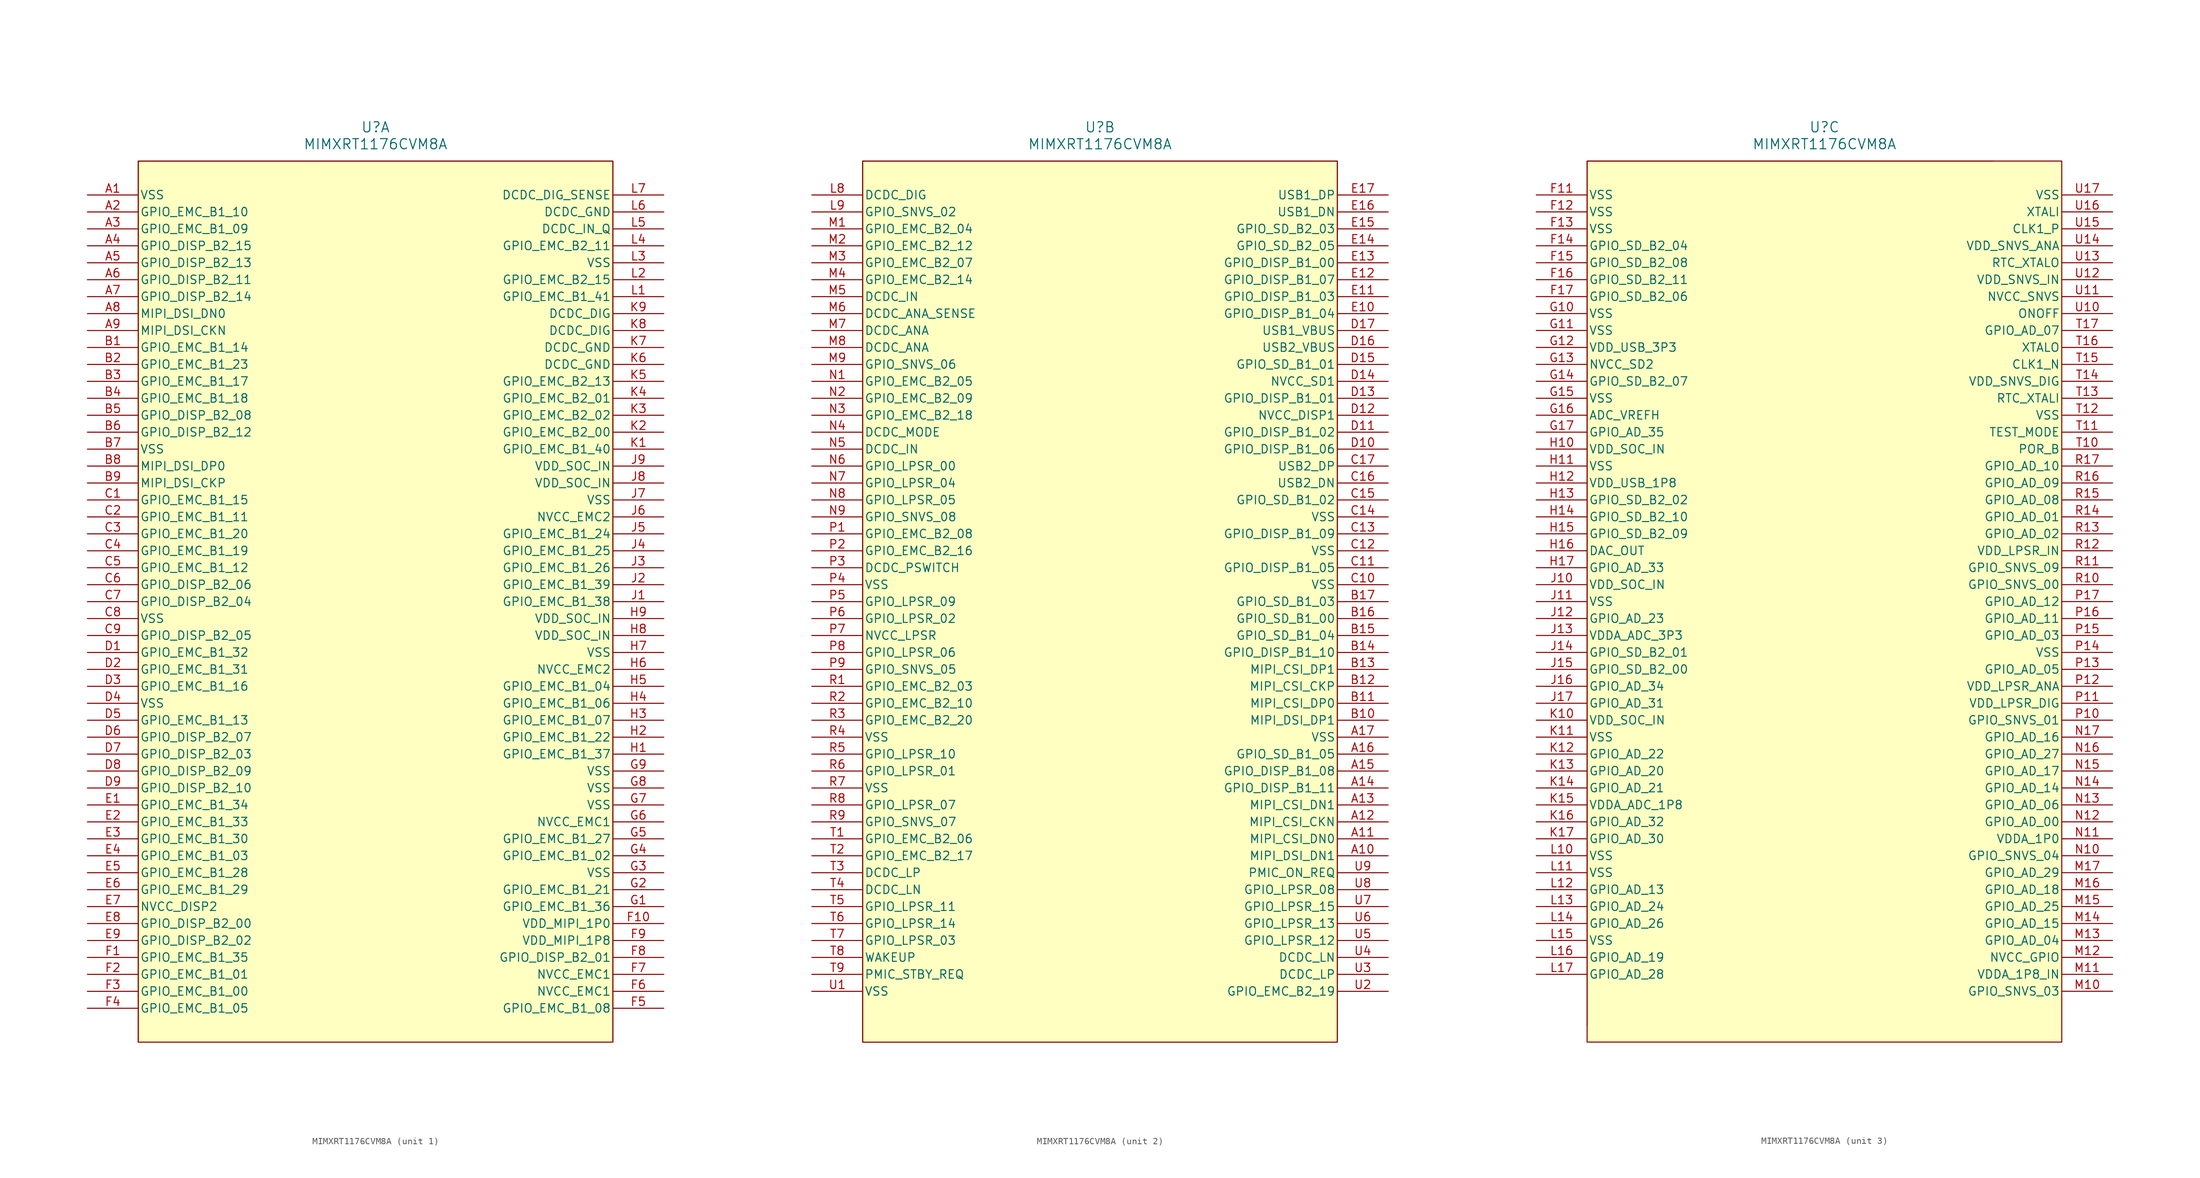
<source format=kicad_sym>
(kicad_symbol_lib
  (version 20231120)
  (generator "kicad_symbol_editor")
  (generator_version "8.0")
  (symbol "MIMXRT1176CVM8A"
    (pin_names
      (offset 0.254))
    (property "Reference" "U"
      (at 43.18 10.16 0)
      (effects (font (size 1.524 1.524))))
    (property "Value" "MIMXRT1176CVM8A"
      (at 43.18 7.62 0)
      (effects (font (size 1.524 1.524))))
    (property "ki_locked" ""
      (at 0 0 0)
      (effects (font (size 1.27 1.27))))
    (symbol "MIMXRT1176CVM8A_0_1"
      (rectangle (start 7.62 5.08) (end 78.74 -127) (stroke (width 0) (type default)) (fill (type background))))
    (symbol "MIMXRT1176CVM8A_1_1"
      (polyline (pts (xy 7.62 5.08) (xy 7.62 -127)) (stroke (width 0.127) (type default)) (fill (type none)))
      (polyline (pts (xy 78.74 -127) (xy 78.74 5.08)) (stroke (width 0.127) (type default)) (fill (type none)))
      (polyline (pts (xy 78.74 5.08) (xy 7.62 5.08)) (stroke (width 0.127) (type default)) (fill (type none)))
      (pin power_in line (at 0 0 0) (length 7.62) (name "VSS" (effects (font (size 1.27 1.27)))) (number "A1" (effects (font (size 1.27 1.27)))))
      (pin input line (at 0 -2.54 0) (length 7.62) (name "GPIO_EMC_B1_10" (effects (font (size 1.27 1.27)))) (number "A2" (effects (font (size 1.27 1.27)))))
      (pin input line (at 0 -5.08 0) (length 7.62) (name "GPIO_EMC_B1_09" (effects (font (size 1.27 1.27)))) (number "A3" (effects (font (size 1.27 1.27)))))
      (pin input line (at 0 -7.62 0) (length 7.62) (name "GPIO_DISP_B2_15" (effects (font (size 1.27 1.27)))) (number "A4" (effects (font (size 1.27 1.27)))))
      (pin input line (at 0 -10.16 0) (length 7.62) (name "GPIO_DISP_B2_13" (effects (font (size 1.27 1.27)))) (number "A5" (effects (font (size 1.27 1.27)))))
      (pin input line (at 0 -12.7 0) (length 7.62) (name "GPIO_DISP_B2_11" (effects (font (size 1.27 1.27)))) (number "A6" (effects (font (size 1.27 1.27)))))
      (pin input line (at 0 -15.24 0) (length 7.62) (name "GPIO_DISP_B2_14" (effects (font (size 1.27 1.27)))) (number "A7" (effects (font (size 1.27 1.27)))))
      (pin unspecified line (at 0 -17.78 0) (length 7.62) (name "MIPI_DSI_DN0" (effects (font (size 1.27 1.27)))) (number "A8" (effects (font (size 1.27 1.27)))))
      (pin unspecified line (at 0 -20.32 0) (length 7.62) (name "MIPI_DSI_CKN" (effects (font (size 1.27 1.27)))) (number "A9" (effects (font (size 1.27 1.27)))))
      (pin input line (at 0 -22.86 0) (length 7.62) (name "GPIO_EMC_B1_14" (effects (font (size 1.27 1.27)))) (number "B1" (effects (font (size 1.27 1.27)))))
      (pin input line (at 0 -25.4 0) (length 7.62) (name "GPIO_EMC_B1_23" (effects (font (size 1.27 1.27)))) (number "B2" (effects (font (size 1.27 1.27)))))
      (pin input line (at 0 -27.94 0) (length 7.62) (name "GPIO_EMC_B1_17" (effects (font (size 1.27 1.27)))) (number "B3" (effects (font (size 1.27 1.27)))))
      (pin input line (at 0 -30.48 0) (length 7.62) (name "GPIO_EMC_B1_18" (effects (font (size 1.27 1.27)))) (number "B4" (effects (font (size 1.27 1.27)))))
      (pin input line (at 0 -33.02 0) (length 7.62) (name "GPIO_DISP_B2_08" (effects (font (size 1.27 1.27)))) (number "B5" (effects (font (size 1.27 1.27)))))
      (pin input line (at 0 -35.56 0) (length 7.62) (name "GPIO_DISP_B2_12" (effects (font (size 1.27 1.27)))) (number "B6" (effects (font (size 1.27 1.27)))))
      (pin power_in line (at 0 -38.1 0) (length 7.62) (name "VSS" (effects (font (size 1.27 1.27)))) (number "B7" (effects (font (size 1.27 1.27)))))
      (pin unspecified line (at 0 -40.64 0) (length 7.62) (name "MIPI_DSI_DP0" (effects (font (size 1.27 1.27)))) (number "B8" (effects (font (size 1.27 1.27)))))
      (pin unspecified line (at 0 -43.18 0) (length 7.62) (name "MIPI_DSI_CKP" (effects (font (size 1.27 1.27)))) (number "B9" (effects (font (size 1.27 1.27)))))
      (pin input line (at 0 -45.72 0) (length 7.62) (name "GPIO_EMC_B1_15" (effects (font (size 1.27 1.27)))) (number "C1" (effects (font (size 1.27 1.27)))))
      (pin input line (at 0 -48.26 0) (length 7.62) (name "GPIO_EMC_B1_11" (effects (font (size 1.27 1.27)))) (number "C2" (effects (font (size 1.27 1.27)))))
      (pin input line (at 0 -50.8 0) (length 7.62) (name "GPIO_EMC_B1_20" (effects (font (size 1.27 1.27)))) (number "C3" (effects (font (size 1.27 1.27)))))
      (pin input line (at 0 -53.34 0) (length 7.62) (name "GPIO_EMC_B1_19" (effects (font (size 1.27 1.27)))) (number "C4" (effects (font (size 1.27 1.27)))))
      (pin input line (at 0 -55.88 0) (length 7.62) (name "GPIO_EMC_B1_12" (effects (font (size 1.27 1.27)))) (number "C5" (effects (font (size 1.27 1.27)))))
      (pin input line (at 0 -58.42 0) (length 7.62) (name "GPIO_DISP_B2_06" (effects (font (size 1.27 1.27)))) (number "C6" (effects (font (size 1.27 1.27)))))
      (pin input line (at 0 -60.96 0) (length 7.62) (name "GPIO_DISP_B2_04" (effects (font (size 1.27 1.27)))) (number "C7" (effects (font (size 1.27 1.27)))))
      (pin power_in line (at 0 -63.5 0) (length 7.62) (name "VSS" (effects (font (size 1.27 1.27)))) (number "C8" (effects (font (size 1.27 1.27)))))
      (pin input line (at 0 -66.04 0) (length 7.62) (name "GPIO_DISP_B2_05" (effects (font (size 1.27 1.27)))) (number "C9" (effects (font (size 1.27 1.27)))))
      (pin input line (at 0 -68.58 0) (length 7.62) (name "GPIO_EMC_B1_32" (effects (font (size 1.27 1.27)))) (number "D1" (effects (font (size 1.27 1.27)))))
      (pin input line (at 0 -71.12 0) (length 7.62) (name "GPIO_EMC_B1_31" (effects (font (size 1.27 1.27)))) (number "D2" (effects (font (size 1.27 1.27)))))
      (pin input line (at 0 -73.66 0) (length 7.62) (name "GPIO_EMC_B1_16" (effects (font (size 1.27 1.27)))) (number "D3" (effects (font (size 1.27 1.27)))))
      (pin power_in line (at 0 -76.2 0) (length 7.62) (name "VSS" (effects (font (size 1.27 1.27)))) (number "D4" (effects (font (size 1.27 1.27)))))
      (pin input line (at 0 -78.74 0) (length 7.62) (name "GPIO_EMC_B1_13" (effects (font (size 1.27 1.27)))) (number "D5" (effects (font (size 1.27 1.27)))))
      (pin input line (at 0 -81.28 0) (length 7.62) (name "GPIO_DISP_B2_07" (effects (font (size 1.27 1.27)))) (number "D6" (effects (font (size 1.27 1.27)))))
      (pin input line (at 0 -83.82 0) (length 7.62) (name "GPIO_DISP_B2_03" (effects (font (size 1.27 1.27)))) (number "D7" (effects (font (size 1.27 1.27)))))
      (pin input line (at 0 -86.36 0) (length 7.62) (name "GPIO_DISP_B2_09" (effects (font (size 1.27 1.27)))) (number "D8" (effects (font (size 1.27 1.27)))))
      (pin input line (at 0 -88.9 0) (length 7.62) (name "GPIO_DISP_B2_10" (effects (font (size 1.27 1.27)))) (number "D9" (effects (font (size 1.27 1.27)))))
      (pin input line (at 0 -91.44 0) (length 7.62) (name "GPIO_EMC_B1_34" (effects (font (size 1.27 1.27)))) (number "E1" (effects (font (size 1.27 1.27)))))
      (pin input line (at 0 -93.98 0) (length 7.62) (name "GPIO_EMC_B1_33" (effects (font (size 1.27 1.27)))) (number "E2" (effects (font (size 1.27 1.27)))))
      (pin input line (at 0 -96.52 0) (length 7.62) (name "GPIO_EMC_B1_30" (effects (font (size 1.27 1.27)))) (number "E3" (effects (font (size 1.27 1.27)))))
      (pin input line (at 0 -99.06 0) (length 7.62) (name "GPIO_EMC_B1_03" (effects (font (size 1.27 1.27)))) (number "E4" (effects (font (size 1.27 1.27)))))
      (pin input line (at 0 -101.6 0) (length 7.62) (name "GPIO_EMC_B1_28" (effects (font (size 1.27 1.27)))) (number "E5" (effects (font (size 1.27 1.27)))))
      (pin input line (at 0 -104.14 0) (length 7.62) (name "GPIO_EMC_B1_29" (effects (font (size 1.27 1.27)))) (number "E6" (effects (font (size 1.27 1.27)))))
      (pin unspecified line (at 0 -106.68 0) (length 7.62) (name "NVCC_DISP2" (effects (font (size 1.27 1.27)))) (number "E7" (effects (font (size 1.27 1.27)))))
      (pin input line (at 0 -109.22 0) (length 7.62) (name "GPIO_DISP_B2_00" (effects (font (size 1.27 1.27)))) (number "E8" (effects (font (size 1.27 1.27)))))
      (pin input line (at 0 -111.76 0) (length 7.62) (name "GPIO_DISP_B2_02" (effects (font (size 1.27 1.27)))) (number "E9" (effects (font (size 1.27 1.27)))))
      (pin input line (at 0 -114.3 0) (length 7.62) (name "GPIO_EMC_B1_35" (effects (font (size 1.27 1.27)))) (number "F1" (effects (font (size 1.27 1.27)))))
      (pin power_in line (at 86.36 -109.22 180) (length 7.62) (name "VDD_MIPI_1P0" (effects (font (size 1.27 1.27)))) (number "F10" (effects (font (size 1.27 1.27)))))
      (pin input line (at 0 -116.84 0) (length 7.62) (name "GPIO_EMC_B1_01" (effects (font (size 1.27 1.27)))) (number "F2" (effects (font (size 1.27 1.27)))))
      (pin input line (at 0 -119.38 0) (length 7.62) (name "GPIO_EMC_B1_00" (effects (font (size 1.27 1.27)))) (number "F3" (effects (font (size 1.27 1.27)))))
      (pin input line (at 0 -121.92 0) (length 7.62) (name "GPIO_EMC_B1_05" (effects (font (size 1.27 1.27)))) (number "F4" (effects (font (size 1.27 1.27)))))
      (pin input line (at 86.36 -121.92 180) (length 7.62) (name "GPIO_EMC_B1_08" (effects (font (size 1.27 1.27)))) (number "F5" (effects (font (size 1.27 1.27)))))
      (pin unspecified line (at 86.36 -119.38 180) (length 7.62) (name "NVCC_EMC1" (effects (font (size 1.27 1.27)))) (number "F6" (effects (font (size 1.27 1.27)))))
      (pin power_in line (at 86.36 -116.84 180) (length 7.62) (name "NVCC_EMC1" (effects (font (size 1.27 1.27)))) (number "F7" (effects (font (size 1.27 1.27)))))
      (pin input line (at 86.36 -114.3 180) (length 7.62) (name "GPIO_DISP_B2_01" (effects (font (size 1.27 1.27)))) (number "F8" (effects (font (size 1.27 1.27)))))
      (pin power_in line (at 86.36 -111.76 180) (length 7.62) (name "VDD_MIPI_1P8" (effects (font (size 1.27 1.27)))) (number "F9" (effects (font (size 1.27 1.27)))))
      (pin input line (at 86.36 -106.68 180) (length 7.62) (name "GPIO_EMC_B1_36" (effects (font (size 1.27 1.27)))) (number "G1" (effects (font (size 1.27 1.27)))))
      (pin input line (at 86.36 -104.14 180) (length 7.62) (name "GPIO_EMC_B1_21" (effects (font (size 1.27 1.27)))) (number "G2" (effects (font (size 1.27 1.27)))))
      (pin power_in line (at 86.36 -101.6 180) (length 7.62) (name "VSS" (effects (font (size 1.27 1.27)))) (number "G3" (effects (font (size 1.27 1.27)))))
      (pin input line (at 86.36 -99.06 180) (length 7.62) (name "GPIO_EMC_B1_02" (effects (font (size 1.27 1.27)))) (number "G4" (effects (font (size 1.27 1.27)))))
      (pin input line (at 86.36 -96.52 180) (length 7.62) (name "GPIO_EMC_B1_27" (effects (font (size 1.27 1.27)))) (number "G5" (effects (font (size 1.27 1.27)))))
      (pin power_in line (at 86.36 -93.98 180) (length 7.62) (name "NVCC_EMC1" (effects (font (size 1.27 1.27)))) (number "G6" (effects (font (size 1.27 1.27)))))
      (pin power_in line (at 86.36 -91.44 180) (length 7.62) (name "VSS" (effects (font (size 1.27 1.27)))) (number "G7" (effects (font (size 1.27 1.27)))))
      (pin power_in line (at 86.36 -88.9 180) (length 7.62) (name "VSS" (effects (font (size 1.27 1.27)))) (number "G8" (effects (font (size 1.27 1.27)))))
      (pin power_in line (at 86.36 -86.36 180) (length 7.62) (name "VSS" (effects (font (size 1.27 1.27)))) (number "G9" (effects (font (size 1.27 1.27)))))
      (pin input line (at 86.36 -83.82 180) (length 7.62) (name "GPIO_EMC_B1_37" (effects (font (size 1.27 1.27)))) (number "H1" (effects (font (size 1.27 1.27)))))
      (pin input line (at 86.36 -81.28 180) (length 7.62) (name "GPIO_EMC_B1_22" (effects (font (size 1.27 1.27)))) (number "H2" (effects (font (size 1.27 1.27)))))
      (pin input line (at 86.36 -78.74 180) (length 7.62) (name "GPIO_EMC_B1_07" (effects (font (size 1.27 1.27)))) (number "H3" (effects (font (size 1.27 1.27)))))
      (pin input line (at 86.36 -76.2 180) (length 7.62) (name "GPIO_EMC_B1_06" (effects (font (size 1.27 1.27)))) (number "H4" (effects (font (size 1.27 1.27)))))
      (pin input line (at 86.36 -73.66 180) (length 7.62) (name "GPIO_EMC_B1_04" (effects (font (size 1.27 1.27)))) (number "H5" (effects (font (size 1.27 1.27)))))
      (pin power_in line (at 86.36 -71.12 180) (length 7.62) (name "NVCC_EMC2" (effects (font (size 1.27 1.27)))) (number "H6" (effects (font (size 1.27 1.27)))))
      (pin power_in line (at 86.36 -68.58 180) (length 7.62) (name "VSS" (effects (font (size 1.27 1.27)))) (number "H7" (effects (font (size 1.27 1.27)))))
      (pin power_in line (at 86.36 -66.04 180) (length 7.62) (name "VDD_SOC_IN" (effects (font (size 1.27 1.27)))) (number "H8" (effects (font (size 1.27 1.27)))))
      (pin power_in line (at 86.36 -63.5 180) (length 7.62) (name "VDD_SOC_IN" (effects (font (size 1.27 1.27)))) (number "H9" (effects (font (size 1.27 1.27)))))
      (pin input line (at 86.36 -60.96 180) (length 7.62) (name "GPIO_EMC_B1_38" (effects (font (size 1.27 1.27)))) (number "J1" (effects (font (size 1.27 1.27)))))
      (pin input line (at 86.36 -58.42 180) (length 7.62) (name "GPIO_EMC_B1_39" (effects (font (size 1.27 1.27)))) (number "J2" (effects (font (size 1.27 1.27)))))
      (pin input line (at 86.36 -55.88 180) (length 7.62) (name "GPIO_EMC_B1_26" (effects (font (size 1.27 1.27)))) (number "J3" (effects (font (size 1.27 1.27)))))
      (pin input line (at 86.36 -53.34 180) (length 7.62) (name "GPIO_EMC_B1_25" (effects (font (size 1.27 1.27)))) (number "J4" (effects (font (size 1.27 1.27)))))
      (pin input line (at 86.36 -50.8 180) (length 7.62) (name "GPIO_EMC_B1_24" (effects (font (size 1.27 1.27)))) (number "J5" (effects (font (size 1.27 1.27)))))
      (pin power_in line (at 86.36 -48.26 180) (length 7.62) (name "NVCC_EMC2" (effects (font (size 1.27 1.27)))) (number "J6" (effects (font (size 1.27 1.27)))))
      (pin power_in line (at 86.36 -45.72 180) (length 7.62) (name "VSS" (effects (font (size 1.27 1.27)))) (number "J7" (effects (font (size 1.27 1.27)))))
      (pin power_in line (at 86.36 -43.18 180) (length 7.62) (name "VDD_SOC_IN" (effects (font (size 1.27 1.27)))) (number "J8" (effects (font (size 1.27 1.27)))))
      (pin power_in line (at 86.36 -40.64 180) (length 7.62) (name "VDD_SOC_IN" (effects (font (size 1.27 1.27)))) (number "J9" (effects (font (size 1.27 1.27)))))
      (pin input line (at 86.36 -38.1 180) (length 7.62) (name "GPIO_EMC_B1_40" (effects (font (size 1.27 1.27)))) (number "K1" (effects (font (size 1.27 1.27)))))
      (pin input line (at 86.36 -35.56 180) (length 7.62) (name "GPIO_EMC_B2_00" (effects (font (size 1.27 1.27)))) (number "K2" (effects (font (size 1.27 1.27)))))
      (pin input line (at 86.36 -33.02 180) (length 7.62) (name "GPIO_EMC_B2_02" (effects (font (size 1.27 1.27)))) (number "K3" (effects (font (size 1.27 1.27)))))
      (pin input line (at 86.36 -30.48 180) (length 7.62) (name "GPIO_EMC_B2_01" (effects (font (size 1.27 1.27)))) (number "K4" (effects (font (size 1.27 1.27)))))
      (pin input line (at 86.36 -27.94 180) (length 7.62) (name "GPIO_EMC_B2_13" (effects (font (size 1.27 1.27)))) (number "K5" (effects (font (size 1.27 1.27)))))
      (pin unspecified line (at 86.36 -25.4 180) (length 7.62) (name "DCDC_GND" (effects (font (size 1.27 1.27)))) (number "K6" (effects (font (size 1.27 1.27)))))
      (pin power_in line (at 86.36 -22.86 180) (length 7.62) (name "DCDC_GND" (effects (font (size 1.27 1.27)))) (number "K7" (effects (font (size 1.27 1.27)))))
      (pin unspecified line (at 86.36 -20.32 180) (length 7.62) (name "DCDC_DIG" (effects (font (size 1.27 1.27)))) (number "K8" (effects (font (size 1.27 1.27)))))
      (pin power_in line (at 86.36 -17.78 180) (length 7.62) (name "DCDC_DIG" (effects (font (size 1.27 1.27)))) (number "K9" (effects (font (size 1.27 1.27)))))
      (pin input line (at 86.36 -15.24 180) (length 7.62) (name "GPIO_EMC_B1_41" (effects (font (size 1.27 1.27)))) (number "L1" (effects (font (size 1.27 1.27)))))
      (pin input line (at 86.36 -12.7 180) (length 7.62) (name "GPIO_EMC_B2_15" (effects (font (size 1.27 1.27)))) (number "L2" (effects (font (size 1.27 1.27)))))
      (pin power_in line (at 86.36 -10.16 180) (length 7.62) (name "VSS" (effects (font (size 1.27 1.27)))) (number "L3" (effects (font (size 1.27 1.27)))))
      (pin input line (at 86.36 -7.62 180) (length 7.62) (name "GPIO_EMC_B2_11" (effects (font (size 1.27 1.27)))) (number "L4" (effects (font (size 1.27 1.27)))))
      (pin unspecified line (at 86.36 -5.08 180) (length 7.62) (name "DCDC_IN_Q" (effects (font (size 1.27 1.27)))) (number "L5" (effects (font (size 1.27 1.27)))))
      (pin power_in line (at 86.36 -2.54 180) (length 7.62) (name "DCDC_GND" (effects (font (size 1.27 1.27)))) (number "L6" (effects (font (size 1.27 1.27)))))
      (pin unspecified line (at 86.36 0 180) (length 7.62) (name "DCDC_DIG_SENSE" (effects (font (size 1.27 1.27)))) (number "L7" (effects (font (size 1.27 1.27))))))
    (symbol "MIMXRT1176CVM8A_2_1"
      (polyline (pts (xy 7.62 -127) (xy 78.74 -127)) (stroke (width 0.127) (type default)) (fill (type none)))
      (polyline (pts (xy 7.62 5.08) (xy 7.62 -127)) (stroke (width 0.127) (type default)) (fill (type none)))
      (polyline (pts (xy 78.74 -127) (xy 78.74 5.08)) (stroke (width 0.127) (type default)) (fill (type none)))
      (polyline (pts (xy 78.74 5.08) (xy 7.62 5.08)) (stroke (width 0.127) (type default)) (fill (type none)))
      (pin unspecified line (at 86.36 -99.06 180) (length 7.62) (name "MIPI_DSI_DN1" (effects (font (size 1.27 1.27)))) (number "A10" (effects (font (size 1.27 1.27)))))
      (pin unspecified line (at 86.36 -96.52 180) (length 7.62) (name "MIPI_CSI_DN0" (effects (font (size 1.27 1.27)))) (number "A11" (effects (font (size 1.27 1.27)))))
      (pin unspecified line (at 86.36 -93.98 180) (length 7.62) (name "MIPI_CSI_CKN" (effects (font (size 1.27 1.27)))) (number "A12" (effects (font (size 1.27 1.27)))))
      (pin unspecified line (at 86.36 -91.44 180) (length 7.62) (name "MIPI_CSI_DN1" (effects (font (size 1.27 1.27)))) (number "A13" (effects (font (size 1.27 1.27)))))
      (pin input line (at 86.36 -88.9 180) (length 7.62) (name "GPIO_DISP_B1_11" (effects (font (size 1.27 1.27)))) (number "A14" (effects (font (size 1.27 1.27)))))
      (pin input line (at 86.36 -86.36 180) (length 7.62) (name "GPIO_DISP_B1_08" (effects (font (size 1.27 1.27)))) (number "A15" (effects (font (size 1.27 1.27)))))
      (pin input line (at 86.36 -83.82 180) (length 7.62) (name "GPIO_SD_B1_05" (effects (font (size 1.27 1.27)))) (number "A16" (effects (font (size 1.27 1.27)))))
      (pin power_in line (at 86.36 -81.28 180) (length 7.62) (name "VSS" (effects (font (size 1.27 1.27)))) (number "A17" (effects (font (size 1.27 1.27)))))
      (pin unspecified line (at 86.36 -78.74 180) (length 7.62) (name "MIPI_DSI_DP1" (effects (font (size 1.27 1.27)))) (number "B10" (effects (font (size 1.27 1.27)))))
      (pin unspecified line (at 86.36 -76.2 180) (length 7.62) (name "MIPI_CSI_DP0" (effects (font (size 1.27 1.27)))) (number "B11" (effects (font (size 1.27 1.27)))))
      (pin unspecified line (at 86.36 -73.66 180) (length 7.62) (name "MIPI_CSI_CKP" (effects (font (size 1.27 1.27)))) (number "B12" (effects (font (size 1.27 1.27)))))
      (pin unspecified line (at 86.36 -71.12 180) (length 7.62) (name "MIPI_CSI_DP1" (effects (font (size 1.27 1.27)))) (number "B13" (effects (font (size 1.27 1.27)))))
      (pin input line (at 86.36 -68.58 180) (length 7.62) (name "GPIO_DISP_B1_10" (effects (font (size 1.27 1.27)))) (number "B14" (effects (font (size 1.27 1.27)))))
      (pin input line (at 86.36 -66.04 180) (length 7.62) (name "GPIO_SD_B1_04" (effects (font (size 1.27 1.27)))) (number "B15" (effects (font (size 1.27 1.27)))))
      (pin input line (at 86.36 -63.5 180) (length 7.62) (name "GPIO_SD_B1_00" (effects (font (size 1.27 1.27)))) (number "B16" (effects (font (size 1.27 1.27)))))
      (pin input line (at 86.36 -60.96 180) (length 7.62) (name "GPIO_SD_B1_03" (effects (font (size 1.27 1.27)))) (number "B17" (effects (font (size 1.27 1.27)))))
      (pin power_in line (at 86.36 -58.42 180) (length 7.62) (name "VSS" (effects (font (size 1.27 1.27)))) (number "C10" (effects (font (size 1.27 1.27)))))
      (pin input line (at 86.36 -55.88 180) (length 7.62) (name "GPIO_DISP_B1_05" (effects (font (size 1.27 1.27)))) (number "C11" (effects (font (size 1.27 1.27)))))
      (pin power_in line (at 86.36 -53.34 180) (length 7.62) (name "VSS" (effects (font (size 1.27 1.27)))) (number "C12" (effects (font (size 1.27 1.27)))))
      (pin input line (at 86.36 -50.8 180) (length 7.62) (name "GPIO_DISP_B1_09" (effects (font (size 1.27 1.27)))) (number "C13" (effects (font (size 1.27 1.27)))))
      (pin power_in line (at 86.36 -48.26 180) (length 7.62) (name "VSS" (effects (font (size 1.27 1.27)))) (number "C14" (effects (font (size 1.27 1.27)))))
      (pin input line (at 86.36 -45.72 180) (length 7.62) (name "GPIO_SD_B1_02" (effects (font (size 1.27 1.27)))) (number "C15" (effects (font (size 1.27 1.27)))))
      (pin unspecified line (at 86.36 -43.18 180) (length 7.62) (name "USB2_DN" (effects (font (size 1.27 1.27)))) (number "C16" (effects (font (size 1.27 1.27)))))
      (pin unspecified line (at 86.36 -40.64 180) (length 7.62) (name "USB2_DP" (effects (font (size 1.27 1.27)))) (number "C17" (effects (font (size 1.27 1.27)))))
      (pin input line (at 86.36 -38.1 180) (length 7.62) (name "GPIO_DISP_B1_06" (effects (font (size 1.27 1.27)))) (number "D10" (effects (font (size 1.27 1.27)))))
      (pin input line (at 86.36 -35.56 180) (length 7.62) (name "GPIO_DISP_B1_02" (effects (font (size 1.27 1.27)))) (number "D11" (effects (font (size 1.27 1.27)))))
      (pin unspecified line (at 86.36 -33.02 180) (length 7.62) (name "NVCC_DISP1" (effects (font (size 1.27 1.27)))) (number "D12" (effects (font (size 1.27 1.27)))))
      (pin input line (at 86.36 -30.48 180) (length 7.62) (name "GPIO_DISP_B1_01" (effects (font (size 1.27 1.27)))) (number "D13" (effects (font (size 1.27 1.27)))))
      (pin power_in line (at 86.36 -27.94 180) (length 7.62) (name "NVCC_SD1" (effects (font (size 1.27 1.27)))) (number "D14" (effects (font (size 1.27 1.27)))))
      (pin input line (at 86.36 -25.4 180) (length 7.62) (name "GPIO_SD_B1_01" (effects (font (size 1.27 1.27)))) (number "D15" (effects (font (size 1.27 1.27)))))
      (pin unspecified line (at 86.36 -22.86 180) (length 7.62) (name "USB2_VBUS" (effects (font (size 1.27 1.27)))) (number "D16" (effects (font (size 1.27 1.27)))))
      (pin unspecified line (at 86.36 -20.32 180) (length 7.62) (name "USB1_VBUS" (effects (font (size 1.27 1.27)))) (number "D17" (effects (font (size 1.27 1.27)))))
      (pin input line (at 86.36 -17.78 180) (length 7.62) (name "GPIO_DISP_B1_04" (effects (font (size 1.27 1.27)))) (number "E10" (effects (font (size 1.27 1.27)))))
      (pin input line (at 86.36 -15.24 180) (length 7.62) (name "GPIO_DISP_B1_03" (effects (font (size 1.27 1.27)))) (number "E11" (effects (font (size 1.27 1.27)))))
      (pin input line (at 86.36 -12.7 180) (length 7.62) (name "GPIO_DISP_B1_07" (effects (font (size 1.27 1.27)))) (number "E12" (effects (font (size 1.27 1.27)))))
      (pin input line (at 86.36 -10.16 180) (length 7.62) (name "GPIO_DISP_B1_00" (effects (font (size 1.27 1.27)))) (number "E13" (effects (font (size 1.27 1.27)))))
      (pin input line (at 86.36 -7.62 180) (length 7.62) (name "GPIO_SD_B2_05" (effects (font (size 1.27 1.27)))) (number "E14" (effects (font (size 1.27 1.27)))))
      (pin input line (at 86.36 -5.08 180) (length 7.62) (name "GPIO_SD_B2_03" (effects (font (size 1.27 1.27)))) (number "E15" (effects (font (size 1.27 1.27)))))
      (pin unspecified line (at 86.36 -2.54 180) (length 7.62) (name "USB1_DN" (effects (font (size 1.27 1.27)))) (number "E16" (effects (font (size 1.27 1.27)))))
      (pin unspecified line (at 86.36 0 180) (length 7.62) (name "USB1_DP" (effects (font (size 1.27 1.27)))) (number "E17" (effects (font (size 1.27 1.27)))))
      (pin power_in line (at 0 0 0) (length 7.62) (name "DCDC_DIG" (effects (font (size 1.27 1.27)))) (number "L8" (effects (font (size 1.27 1.27)))))
      (pin input line (at 0 -2.54 0) (length 7.62) (name "GPIO_SNVS_02" (effects (font (size 1.27 1.27)))) (number "L9" (effects (font (size 1.27 1.27)))))
      (pin input line (at 0 -5.08 0) (length 7.62) (name "GPIO_EMC_B2_04" (effects (font (size 1.27 1.27)))) (number "M1" (effects (font (size 1.27 1.27)))))
      (pin input line (at 0 -7.62 0) (length 7.62) (name "GPIO_EMC_B2_12" (effects (font (size 1.27 1.27)))) (number "M2" (effects (font (size 1.27 1.27)))))
      (pin input line (at 0 -10.16 0) (length 7.62) (name "GPIO_EMC_B2_07" (effects (font (size 1.27 1.27)))) (number "M3" (effects (font (size 1.27 1.27)))))
      (pin input line (at 0 -12.7 0) (length 7.62) (name "GPIO_EMC_B2_14" (effects (font (size 1.27 1.27)))) (number "M4" (effects (font (size 1.27 1.27)))))
      (pin unspecified line (at 0 -15.24 0) (length 7.62) (name "DCDC_IN" (effects (font (size 1.27 1.27)))) (number "M5" (effects (font (size 1.27 1.27)))))
      (pin unspecified line (at 0 -17.78 0) (length 7.62) (name "DCDC_ANA_SENSE" (effects (font (size 1.27 1.27)))) (number "M6" (effects (font (size 1.27 1.27)))))
      (pin unspecified line (at 0 -20.32 0) (length 7.62) (name "DCDC_ANA" (effects (font (size 1.27 1.27)))) (number "M7" (effects (font (size 1.27 1.27)))))
      (pin power_in line (at 0 -22.86 0) (length 7.62) (name "DCDC_ANA" (effects (font (size 1.27 1.27)))) (number "M8" (effects (font (size 1.27 1.27)))))
      (pin input line (at 0 -25.4 0) (length 7.62) (name "GPIO_SNVS_06" (effects (font (size 1.27 1.27)))) (number "M9" (effects (font (size 1.27 1.27)))))
      (pin input line (at 0 -27.94 0) (length 7.62) (name "GPIO_EMC_B2_05" (effects (font (size 1.27 1.27)))) (number "N1" (effects (font (size 1.27 1.27)))))
      (pin input line (at 0 -30.48 0) (length 7.62) (name "GPIO_EMC_B2_09" (effects (font (size 1.27 1.27)))) (number "N2" (effects (font (size 1.27 1.27)))))
      (pin input line (at 0 -33.02 0) (length 7.62) (name "GPIO_EMC_B2_18" (effects (font (size 1.27 1.27)))) (number "N3" (effects (font (size 1.27 1.27)))))
      (pin unspecified line (at 0 -35.56 0) (length 7.62) (name "DCDC_MODE" (effects (font (size 1.27 1.27)))) (number "N4" (effects (font (size 1.27 1.27)))))
      (pin power_in line (at 0 -38.1 0) (length 7.62) (name "DCDC_IN" (effects (font (size 1.27 1.27)))) (number "N5" (effects (font (size 1.27 1.27)))))
      (pin input line (at 0 -40.64 0) (length 7.62) (name "GPIO_LPSR_00" (effects (font (size 1.27 1.27)))) (number "N6" (effects (font (size 1.27 1.27)))))
      (pin input line (at 0 -43.18 0) (length 7.62) (name "GPIO_LPSR_04" (effects (font (size 1.27 1.27)))) (number "N7" (effects (font (size 1.27 1.27)))))
      (pin input line (at 0 -45.72 0) (length 7.62) (name "GPIO_LPSR_05" (effects (font (size 1.27 1.27)))) (number "N8" (effects (font (size 1.27 1.27)))))
      (pin input line (at 0 -48.26 0) (length 7.62) (name "GPIO_SNVS_08" (effects (font (size 1.27 1.27)))) (number "N9" (effects (font (size 1.27 1.27)))))
      (pin input line (at 0 -50.8 0) (length 7.62) (name "GPIO_EMC_B2_08" (effects (font (size 1.27 1.27)))) (number "P1" (effects (font (size 1.27 1.27)))))
      (pin input line (at 0 -53.34 0) (length 7.62) (name "GPIO_EMC_B2_16" (effects (font (size 1.27 1.27)))) (number "P2" (effects (font (size 1.27 1.27)))))
      (pin unspecified line (at 0 -55.88 0) (length 7.62) (name "DCDC_PSWITCH" (effects (font (size 1.27 1.27)))) (number "P3" (effects (font (size 1.27 1.27)))))
      (pin power_in line (at 0 -58.42 0) (length 7.62) (name "VSS" (effects (font (size 1.27 1.27)))) (number "P4" (effects (font (size 1.27 1.27)))))
      (pin input line (at 0 -60.96 0) (length 7.62) (name "GPIO_LPSR_09" (effects (font (size 1.27 1.27)))) (number "P5" (effects (font (size 1.27 1.27)))))
      (pin input line (at 0 -63.5 0) (length 7.62) (name "GPIO_LPSR_02" (effects (font (size 1.27 1.27)))) (number "P6" (effects (font (size 1.27 1.27)))))
      (pin power_in line (at 0 -66.04 0) (length 7.62) (name "NVCC_LPSR" (effects (font (size 1.27 1.27)))) (number "P7" (effects (font (size 1.27 1.27)))))
      (pin input line (at 0 -68.58 0) (length 7.62) (name "GPIO_LPSR_06" (effects (font (size 1.27 1.27)))) (number "P8" (effects (font (size 1.27 1.27)))))
      (pin input line (at 0 -71.12 0) (length 7.62) (name "GPIO_SNVS_05" (effects (font (size 1.27 1.27)))) (number "P9" (effects (font (size 1.27 1.27)))))
      (pin input line (at 0 -73.66 0) (length 7.62) (name "GPIO_EMC_B2_03" (effects (font (size 1.27 1.27)))) (number "R1" (effects (font (size 1.27 1.27)))))
      (pin input line (at 0 -76.2 0) (length 7.62) (name "GPIO_EMC_B2_10" (effects (font (size 1.27 1.27)))) (number "R2" (effects (font (size 1.27 1.27)))))
      (pin input line (at 0 -78.74 0) (length 7.62) (name "GPIO_EMC_B2_20" (effects (font (size 1.27 1.27)))) (number "R3" (effects (font (size 1.27 1.27)))))
      (pin power_in line (at 0 -81.28 0) (length 7.62) (name "VSS" (effects (font (size 1.27 1.27)))) (number "R4" (effects (font (size 1.27 1.27)))))
      (pin input line (at 0 -83.82 0) (length 7.62) (name "GPIO_LPSR_10" (effects (font (size 1.27 1.27)))) (number "R5" (effects (font (size 1.27 1.27)))))
      (pin input line (at 0 -86.36 0) (length 7.62) (name "GPIO_LPSR_01" (effects (font (size 1.27 1.27)))) (number "R6" (effects (font (size 1.27 1.27)))))
      (pin power_in line (at 0 -88.9 0) (length 7.62) (name "VSS" (effects (font (size 1.27 1.27)))) (number "R7" (effects (font (size 1.27 1.27)))))
      (pin input line (at 0 -91.44 0) (length 7.62) (name "GPIO_LPSR_07" (effects (font (size 1.27 1.27)))) (number "R8" (effects (font (size 1.27 1.27)))))
      (pin input line (at 0 -93.98 0) (length 7.62) (name "GPIO_SNVS_07" (effects (font (size 1.27 1.27)))) (number "R9" (effects (font (size 1.27 1.27)))))
      (pin input line (at 0 -96.52 0) (length 7.62) (name "GPIO_EMC_B2_06" (effects (font (size 1.27 1.27)))) (number "T1" (effects (font (size 1.27 1.27)))))
      (pin input line (at 0 -99.06 0) (length 7.62) (name "GPIO_EMC_B2_17" (effects (font (size 1.27 1.27)))) (number "T2" (effects (font (size 1.27 1.27)))))
      (pin unspecified line (at 0 -101.6 0) (length 7.62) (name "DCDC_LP" (effects (font (size 1.27 1.27)))) (number "T3" (effects (font (size 1.27 1.27)))))
      (pin unspecified line (at 0 -104.14 0) (length 7.62) (name "DCDC_LN" (effects (font (size 1.27 1.27)))) (number "T4" (effects (font (size 1.27 1.27)))))
      (pin input line (at 0 -106.68 0) (length 7.62) (name "GPIO_LPSR_11" (effects (font (size 1.27 1.27)))) (number "T5" (effects (font (size 1.27 1.27)))))
      (pin input line (at 0 -109.22 0) (length 7.62) (name "GPIO_LPSR_14" (effects (font (size 1.27 1.27)))) (number "T6" (effects (font (size 1.27 1.27)))))
      (pin input line (at 0 -111.76 0) (length 7.62) (name "GPIO_LPSR_03" (effects (font (size 1.27 1.27)))) (number "T7" (effects (font (size 1.27 1.27)))))
      (pin input line (at 0 -114.3 0) (length 7.62) (name "WAKEUP" (effects (font (size 1.27 1.27)))) (number "T8" (effects (font (size 1.27 1.27)))))
      (pin output line (at 0 -116.84 0) (length 7.62) (name "PMIC_STBY_REQ" (effects (font (size 1.27 1.27)))) (number "T9" (effects (font (size 1.27 1.27)))))
      (pin power_in line (at 0 -119.38 0) (length 7.62) (name "VSS" (effects (font (size 1.27 1.27)))) (number "U1" (effects (font (size 1.27 1.27)))))
      (pin input line (at 86.36 -119.38 180) (length 7.62) (name "GPIO_EMC_B2_19" (effects (font (size 1.27 1.27)))) (number "U2" (effects (font (size 1.27 1.27)))))
      (pin power_in line (at 86.36 -116.84 180) (length 7.62) (name "DCDC_LP" (effects (font (size 1.27 1.27)))) (number "U3" (effects (font (size 1.27 1.27)))))
      (pin power_in line (at 86.36 -114.3 180) (length 7.62) (name "DCDC_LN" (effects (font (size 1.27 1.27)))) (number "U4" (effects (font (size 1.27 1.27)))))
      (pin input line (at 86.36 -111.76 180) (length 7.62) (name "GPIO_LPSR_12" (effects (font (size 1.27 1.27)))) (number "U5" (effects (font (size 1.27 1.27)))))
      (pin input line (at 86.36 -109.22 180) (length 7.62) (name "GPIO_LPSR_13" (effects (font (size 1.27 1.27)))) (number "U6" (effects (font (size 1.27 1.27)))))
      (pin input line (at 86.36 -106.68 180) (length 7.62) (name "GPIO_LPSR_15" (effects (font (size 1.27 1.27)))) (number "U7" (effects (font (size 1.27 1.27)))))
      (pin input line (at 86.36 -104.14 180) (length 7.62) (name "GPIO_LPSR_08" (effects (font (size 1.27 1.27)))) (number "U8" (effects (font (size 1.27 1.27)))))
      (pin output line (at 86.36 -101.6 180) (length 7.62) (name "PMIC_ON_REQ" (effects (font (size 1.27 1.27)))) (number "U9" (effects (font (size 1.27 1.27))))))
    (symbol "MIMXRT1176CVM8A_3_1"
      (polyline (pts (xy 7.62 5.08) (xy 7.62 -124.46)) (stroke (width 0.127) (type default)) (fill (type none)))
      (polyline (pts (xy 68.58 5.08) (xy 7.62 5.08)) (stroke (width 0.127) (type default)) (fill (type none)))
      (pin power_in line (at 0 0 0) (length 7.62) (name "VSS" (effects (font (size 1.27 1.27)))) (number "F11" (effects (font (size 1.27 1.27)))))
      (pin power_in line (at 0 -2.54 0) (length 7.62) (name "VSS" (effects (font (size 1.27 1.27)))) (number "F12" (effects (font (size 1.27 1.27)))))
      (pin power_in line (at 0 -5.08 0) (length 7.62) (name "VSS" (effects (font (size 1.27 1.27)))) (number "F13" (effects (font (size 1.27 1.27)))))
      (pin input line (at 0 -7.62 0) (length 7.62) (name "GPIO_SD_B2_04" (effects (font (size 1.27 1.27)))) (number "F14" (effects (font (size 1.27 1.27)))))
      (pin input line (at 0 -10.16 0) (length 7.62) (name "GPIO_SD_B2_08" (effects (font (size 1.27 1.27)))) (number "F15" (effects (font (size 1.27 1.27)))))
      (pin input line (at 0 -12.7 0) (length 7.62) (name "GPIO_SD_B2_11" (effects (font (size 1.27 1.27)))) (number "F16" (effects (font (size 1.27 1.27)))))
      (pin input line (at 0 -15.24 0) (length 7.62) (name "GPIO_SD_B2_06" (effects (font (size 1.27 1.27)))) (number "F17" (effects (font (size 1.27 1.27)))))
      (pin power_in line (at 0 -17.78 0) (length 7.62) (name "VSS" (effects (font (size 1.27 1.27)))) (number "G10" (effects (font (size 1.27 1.27)))))
      (pin power_in line (at 0 -20.32 0) (length 7.62) (name "VSS" (effects (font (size 1.27 1.27)))) (number "G11" (effects (font (size 1.27 1.27)))))
      (pin power_in line (at 0 -22.86 0) (length 7.62) (name "VDD_USB_3P3" (effects (font (size 1.27 1.27)))) (number "G12" (effects (font (size 1.27 1.27)))))
      (pin power_in line (at 0 -25.4 0) (length 7.62) (name "NVCC_SD2" (effects (font (size 1.27 1.27)))) (number "G13" (effects (font (size 1.27 1.27)))))
      (pin input line (at 0 -27.94 0) (length 7.62) (name "GPIO_SD_B2_07" (effects (font (size 1.27 1.27)))) (number "G14" (effects (font (size 1.27 1.27)))))
      (pin power_in line (at 0 -30.48 0) (length 7.62) (name "VSS" (effects (font (size 1.27 1.27)))) (number "G15" (effects (font (size 1.27 1.27)))))
      (pin unspecified line (at 0 -33.02 0) (length 7.62) (name "ADC_VREFH" (effects (font (size 1.27 1.27)))) (number "G16" (effects (font (size 1.27 1.27)))))
      (pin input line (at 0 -35.56 0) (length 7.62) (name "GPIO_AD_35" (effects (font (size 1.27 1.27)))) (number "G17" (effects (font (size 1.27 1.27)))))
      (pin power_in line (at 0 -38.1 0) (length 7.62) (name "VDD_SOC_IN" (effects (font (size 1.27 1.27)))) (number "H10" (effects (font (size 1.27 1.27)))))
      (pin power_in line (at 0 -40.64 0) (length 7.62) (name "VSS" (effects (font (size 1.27 1.27)))) (number "H11" (effects (font (size 1.27 1.27)))))
      (pin power_in line (at 0 -43.18 0) (length 7.62) (name "VDD_USB_1P8" (effects (font (size 1.27 1.27)))) (number "H12" (effects (font (size 1.27 1.27)))))
      (pin input line (at 0 -45.72 0) (length 7.62) (name "GPIO_SD_B2_02" (effects (font (size 1.27 1.27)))) (number "H13" (effects (font (size 1.27 1.27)))))
      (pin input line (at 0 -48.26 0) (length 7.62) (name "GPIO_SD_B2_10" (effects (font (size 1.27 1.27)))) (number "H14" (effects (font (size 1.27 1.27)))))
      (pin input line (at 0 -50.8 0) (length 7.62) (name "GPIO_SD_B2_09" (effects (font (size 1.27 1.27)))) (number "H15" (effects (font (size 1.27 1.27)))))
      (pin unspecified line (at 0 -53.34 0) (length 7.62) (name "DAC_OUT" (effects (font (size 1.27 1.27)))) (number "H16" (effects (font (size 1.27 1.27)))))
      (pin input line (at 0 -55.88 0) (length 7.62) (name "GPIO_AD_33" (effects (font (size 1.27 1.27)))) (number "H17" (effects (font (size 1.27 1.27)))))
      (pin power_in line (at 0 -58.42 0) (length 7.62) (name "VDD_SOC_IN" (effects (font (size 1.27 1.27)))) (number "J10" (effects (font (size 1.27 1.27)))))
      (pin power_in line (at 0 -60.96 0) (length 7.62) (name "VSS" (effects (font (size 1.27 1.27)))) (number "J11" (effects (font (size 1.27 1.27)))))
      (pin input line (at 0 -63.5 0) (length 7.62) (name "GPIO_AD_23" (effects (font (size 1.27 1.27)))) (number "J12" (effects (font (size 1.27 1.27)))))
      (pin power_in line (at 0 -66.04 0) (length 7.62) (name "VDDA_ADC_3P3" (effects (font (size 1.27 1.27)))) (number "J13" (effects (font (size 1.27 1.27)))))
      (pin input line (at 0 -68.58 0) (length 7.62) (name "GPIO_SD_B2_01" (effects (font (size 1.27 1.27)))) (number "J14" (effects (font (size 1.27 1.27)))))
      (pin input line (at 0 -71.12 0) (length 7.62) (name "GPIO_SD_B2_00" (effects (font (size 1.27 1.27)))) (number "J15" (effects (font (size 1.27 1.27)))))
      (pin input line (at 0 -73.66 0) (length 7.62) (name "GPIO_AD_34" (effects (font (size 1.27 1.27)))) (number "J16" (effects (font (size 1.27 1.27)))))
      (pin input line (at 0 -76.2 0) (length 7.62) (name "GPIO_AD_31" (effects (font (size 1.27 1.27)))) (number "J17" (effects (font (size 1.27 1.27)))))
      (pin power_in line (at 0 -78.74 0) (length 7.62) (name "VDD_SOC_IN" (effects (font (size 1.27 1.27)))) (number "K10" (effects (font (size 1.27 1.27)))))
      (pin power_in line (at 0 -81.28 0) (length 7.62) (name "VSS" (effects (font (size 1.27 1.27)))) (number "K11" (effects (font (size 1.27 1.27)))))
      (pin input line (at 0 -83.82 0) (length 7.62) (name "GPIO_AD_22" (effects (font (size 1.27 1.27)))) (number "K12" (effects (font (size 1.27 1.27)))))
      (pin input line (at 0 -86.36 0) (length 7.62) (name "GPIO_AD_20" (effects (font (size 1.27 1.27)))) (number "K13" (effects (font (size 1.27 1.27)))))
      (pin input line (at 0 -88.9 0) (length 7.62) (name "GPIO_AD_21" (effects (font (size 1.27 1.27)))) (number "K14" (effects (font (size 1.27 1.27)))))
      (pin power_in line (at 0 -91.44 0) (length 7.62) (name "VDDA_ADC_1P8" (effects (font (size 1.27 1.27)))) (number "K15" (effects (font (size 1.27 1.27)))))
      (pin input line (at 0 -93.98 0) (length 7.62) (name "GPIO_AD_32" (effects (font (size 1.27 1.27)))) (number "K16" (effects (font (size 1.27 1.27)))))
      (pin input line (at 0 -96.52 0) (length 7.62) (name "GPIO_AD_30" (effects (font (size 1.27 1.27)))) (number "K17" (effects (font (size 1.27 1.27)))))
      (pin power_in line (at 0 -99.06 0) (length 7.62) (name "VSS" (effects (font (size 1.27 1.27)))) (number "L10" (effects (font (size 1.27 1.27)))))
      (pin power_in line (at 0 -101.6 0) (length 7.62) (name "VSS" (effects (font (size 1.27 1.27)))) (number "L11" (effects (font (size 1.27 1.27)))))
      (pin input line (at 0 -104.14 0) (length 7.62) (name "GPIO_AD_13" (effects (font (size 1.27 1.27)))) (number "L12" (effects (font (size 1.27 1.27)))))
      (pin input line (at 0 -106.68 0) (length 7.62) (name "GPIO_AD_24" (effects (font (size 1.27 1.27)))) (number "L13" (effects (font (size 1.27 1.27)))))
      (pin input line (at 0 -109.22 0) (length 7.62) (name "GPIO_AD_26" (effects (font (size 1.27 1.27)))) (number "L14" (effects (font (size 1.27 1.27)))))
      (pin power_in line (at 0 -111.76 0) (length 7.62) (name "VSS" (effects (font (size 1.27 1.27)))) (number "L15" (effects (font (size 1.27 1.27)))))
      (pin input line (at 0 -114.3 0) (length 7.62) (name "GPIO_AD_19" (effects (font (size 1.27 1.27)))) (number "L16" (effects (font (size 1.27 1.27)))))
      (pin input line (at 0 -116.84 0) (length 7.62) (name "GPIO_AD_28" (effects (font (size 1.27 1.27)))) (number "L17" (effects (font (size 1.27 1.27)))))
      (pin input line (at 86.36 -119.38 180) (length 7.62) (name "GPIO_SNVS_03" (effects (font (size 1.27 1.27)))) (number "M10" (effects (font (size 1.27 1.27)))))
      (pin power_in line (at 86.36 -116.84 180) (length 7.62) (name "VDDA_1P8_IN" (effects (font (size 1.27 1.27)))) (number "M11" (effects (font (size 1.27 1.27)))))
      (pin power_in line (at 86.36 -114.3 180) (length 7.62) (name "NVCC_GPIO" (effects (font (size 1.27 1.27)))) (number "M12" (effects (font (size 1.27 1.27)))))
      (pin input line (at 86.36 -111.76 180) (length 7.62) (name "GPIO_AD_04" (effects (font (size 1.27 1.27)))) (number "M13" (effects (font (size 1.27 1.27)))))
      (pin input line (at 86.36 -109.22 180) (length 7.62) (name "GPIO_AD_15" (effects (font (size 1.27 1.27)))) (number "M14" (effects (font (size 1.27 1.27)))))
      (pin input line (at 86.36 -106.68 180) (length 7.62) (name "GPIO_AD_25" (effects (font (size 1.27 1.27)))) (number "M15" (effects (font (size 1.27 1.27)))))
      (pin input line (at 86.36 -104.14 180) (length 7.62) (name "GPIO_AD_18" (effects (font (size 1.27 1.27)))) (number "M16" (effects (font (size 1.27 1.27)))))
      (pin input line (at 86.36 -101.6 180) (length 7.62) (name "GPIO_AD_29" (effects (font (size 1.27 1.27)))) (number "M17" (effects (font (size 1.27 1.27)))))
      (pin input line (at 86.36 -99.06 180) (length 7.62) (name "GPIO_SNVS_04" (effects (font (size 1.27 1.27)))) (number "N10" (effects (font (size 1.27 1.27)))))
      (pin power_in line (at 86.36 -96.52 180) (length 7.62) (name "VDDA_1P0" (effects (font (size 1.27 1.27)))) (number "N11" (effects (font (size 1.27 1.27)))))
      (pin input line (at 86.36 -93.98 180) (length 7.62) (name "GPIO_AD_00" (effects (font (size 1.27 1.27)))) (number "N12" (effects (font (size 1.27 1.27)))))
      (pin input line (at 86.36 -91.44 180) (length 7.62) (name "GPIO_AD_06" (effects (font (size 1.27 1.27)))) (number "N13" (effects (font (size 1.27 1.27)))))
      (pin input line (at 86.36 -88.9 180) (length 7.62) (name "GPIO_AD_14" (effects (font (size 1.27 1.27)))) (number "N14" (effects (font (size 1.27 1.27)))))
      (pin input line (at 86.36 -86.36 180) (length 7.62) (name "GPIO_AD_17" (effects (font (size 1.27 1.27)))) (number "N15" (effects (font (size 1.27 1.27)))))
      (pin input line (at 86.36 -83.82 180) (length 7.62) (name "GPIO_AD_27" (effects (font (size 1.27 1.27)))) (number "N16" (effects (font (size 1.27 1.27)))))
      (pin input line (at 86.36 -81.28 180) (length 7.62) (name "GPIO_AD_16" (effects (font (size 1.27 1.27)))) (number "N17" (effects (font (size 1.27 1.27)))))
      (pin input line (at 86.36 -78.74 180) (length 7.62) (name "GPIO_SNVS_01" (effects (font (size 1.27 1.27)))) (number "P10" (effects (font (size 1.27 1.27)))))
      (pin power_in line (at 86.36 -76.2 180) (length 7.62) (name "VDD_LPSR_DIG" (effects (font (size 1.27 1.27)))) (number "P11" (effects (font (size 1.27 1.27)))))
      (pin power_in line (at 86.36 -73.66 180) (length 7.62) (name "VDD_LPSR_ANA" (effects (font (size 1.27 1.27)))) (number "P12" (effects (font (size 1.27 1.27)))))
      (pin input line (at 86.36 -71.12 180) (length 7.62) (name "GPIO_AD_05" (effects (font (size 1.27 1.27)))) (number "P13" (effects (font (size 1.27 1.27)))))
      (pin power_in line (at 86.36 -68.58 180) (length 7.62) (name "VSS" (effects (font (size 1.27 1.27)))) (number "P14" (effects (font (size 1.27 1.27)))))
      (pin input line (at 86.36 -66.04 180) (length 7.62) (name "GPIO_AD_03" (effects (font (size 1.27 1.27)))) (number "P15" (effects (font (size 1.27 1.27)))))
      (pin input line (at 86.36 -63.5 180) (length 7.62) (name "GPIO_AD_11" (effects (font (size 1.27 1.27)))) (number "P16" (effects (font (size 1.27 1.27)))))
      (pin input line (at 86.36 -60.96 180) (length 7.62) (name "GPIO_AD_12" (effects (font (size 1.27 1.27)))) (number "P17" (effects (font (size 1.27 1.27)))))
      (pin input line (at 86.36 -58.42 180) (length 7.62) (name "GPIO_SNVS_00" (effects (font (size 1.27 1.27)))) (number "R10" (effects (font (size 1.27 1.27)))))
      (pin input line (at 86.36 -55.88 180) (length 7.62) (name "GPIO_SNVS_09" (effects (font (size 1.27 1.27)))) (number "R11" (effects (font (size 1.27 1.27)))))
      (pin power_in line (at 86.36 -53.34 180) (length 7.62) (name "VDD_LPSR_IN" (effects (font (size 1.27 1.27)))) (number "R12" (effects (font (size 1.27 1.27)))))
      (pin input line (at 86.36 -50.8 180) (length 7.62) (name "GPIO_AD_02" (effects (font (size 1.27 1.27)))) (number "R13" (effects (font (size 1.27 1.27)))))
      (pin input line (at 86.36 -48.26 180) (length 7.62) (name "GPIO_AD_01" (effects (font (size 1.27 1.27)))) (number "R14" (effects (font (size 1.27 1.27)))))
      (pin input line (at 86.36 -45.72 180) (length 7.62) (name "GPIO_AD_08" (effects (font (size 1.27 1.27)))) (number "R15" (effects (font (size 1.27 1.27)))))
      (pin input line (at 86.36 -43.18 180) (length 7.62) (name "GPIO_AD_09" (effects (font (size 1.27 1.27)))) (number "R16" (effects (font (size 1.27 1.27)))))
      (pin input line (at 86.36 -40.64 180) (length 7.62) (name "GPIO_AD_10" (effects (font (size 1.27 1.27)))) (number "R17" (effects (font (size 1.27 1.27)))))
      (pin unspecified line (at 86.36 -38.1 180) (length 7.62) (name "POR_B" (effects (font (size 1.27 1.27)))) (number "T10" (effects (font (size 1.27 1.27)))))
      (pin input line (at 86.36 -35.56 180) (length 7.62) (name "TEST_MODE" (effects (font (size 1.27 1.27)))) (number "T11" (effects (font (size 1.27 1.27)))))
      (pin power_in line (at 86.36 -33.02 180) (length 7.62) (name "VSS" (effects (font (size 1.27 1.27)))) (number "T12" (effects (font (size 1.27 1.27)))))
      (pin unspecified line (at 86.36 -30.48 180) (length 7.62) (name "RTC_XTALI" (effects (font (size 1.27 1.27)))) (number "T13" (effects (font (size 1.27 1.27)))))
      (pin power_in line (at 86.36 -27.94 180) (length 7.62) (name "VDD_SNVS_DIG" (effects (font (size 1.27 1.27)))) (number "T14" (effects (font (size 1.27 1.27)))))
      (pin unspecified line (at 86.36 -25.4 180) (length 7.62) (name "CLK1_N" (effects (font (size 1.27 1.27)))) (number "T15" (effects (font (size 1.27 1.27)))))
      (pin unspecified line (at 86.36 -22.86 180) (length 7.62) (name "XTALO" (effects (font (size 1.27 1.27)))) (number "T16" (effects (font (size 1.27 1.27)))))
      (pin input line (at 86.36 -20.32 180) (length 7.62) (name "GPIO_AD_07" (effects (font (size 1.27 1.27)))) (number "T17" (effects (font (size 1.27 1.27)))))
      (pin input line (at 86.36 -17.78 180) (length 7.62) (name "ONOFF" (effects (font (size 1.27 1.27)))) (number "U10" (effects (font (size 1.27 1.27)))))
      (pin power_in line (at 86.36 -15.24 180) (length 7.62) (name "NVCC_SNVS" (effects (font (size 1.27 1.27)))) (number "U11" (effects (font (size 1.27 1.27)))))
      (pin power_in line (at 86.36 -12.7 180) (length 7.62) (name "VDD_SNVS_IN" (effects (font (size 1.27 1.27)))) (number "U12" (effects (font (size 1.27 1.27)))))
      (pin unspecified line (at 86.36 -10.16 180) (length 7.62) (name "RTC_XTALO" (effects (font (size 1.27 1.27)))) (number "U13" (effects (font (size 1.27 1.27)))))
      (pin power_in line (at 86.36 -7.62 180) (length 7.62) (name "VDD_SNVS_ANA" (effects (font (size 1.27 1.27)))) (number "U14" (effects (font (size 1.27 1.27)))))
      (pin unspecified line (at 86.36 -5.08 180) (length 7.62) (name "CLK1_P" (effects (font (size 1.27 1.27)))) (number "U15" (effects (font (size 1.27 1.27)))))
      (pin unspecified line (at 86.36 -2.54 180) (length 7.62) (name "XTALI" (effects (font (size 1.27 1.27)))) (number "U16" (effects (font (size 1.27 1.27)))))
      (pin power_in line (at 86.36 0 180) (length 7.62) (name "VSS" (effects (font (size 1.27 1.27)))) (number "U17" (effects (font (size 1.27 1.27))))))))
</source>
